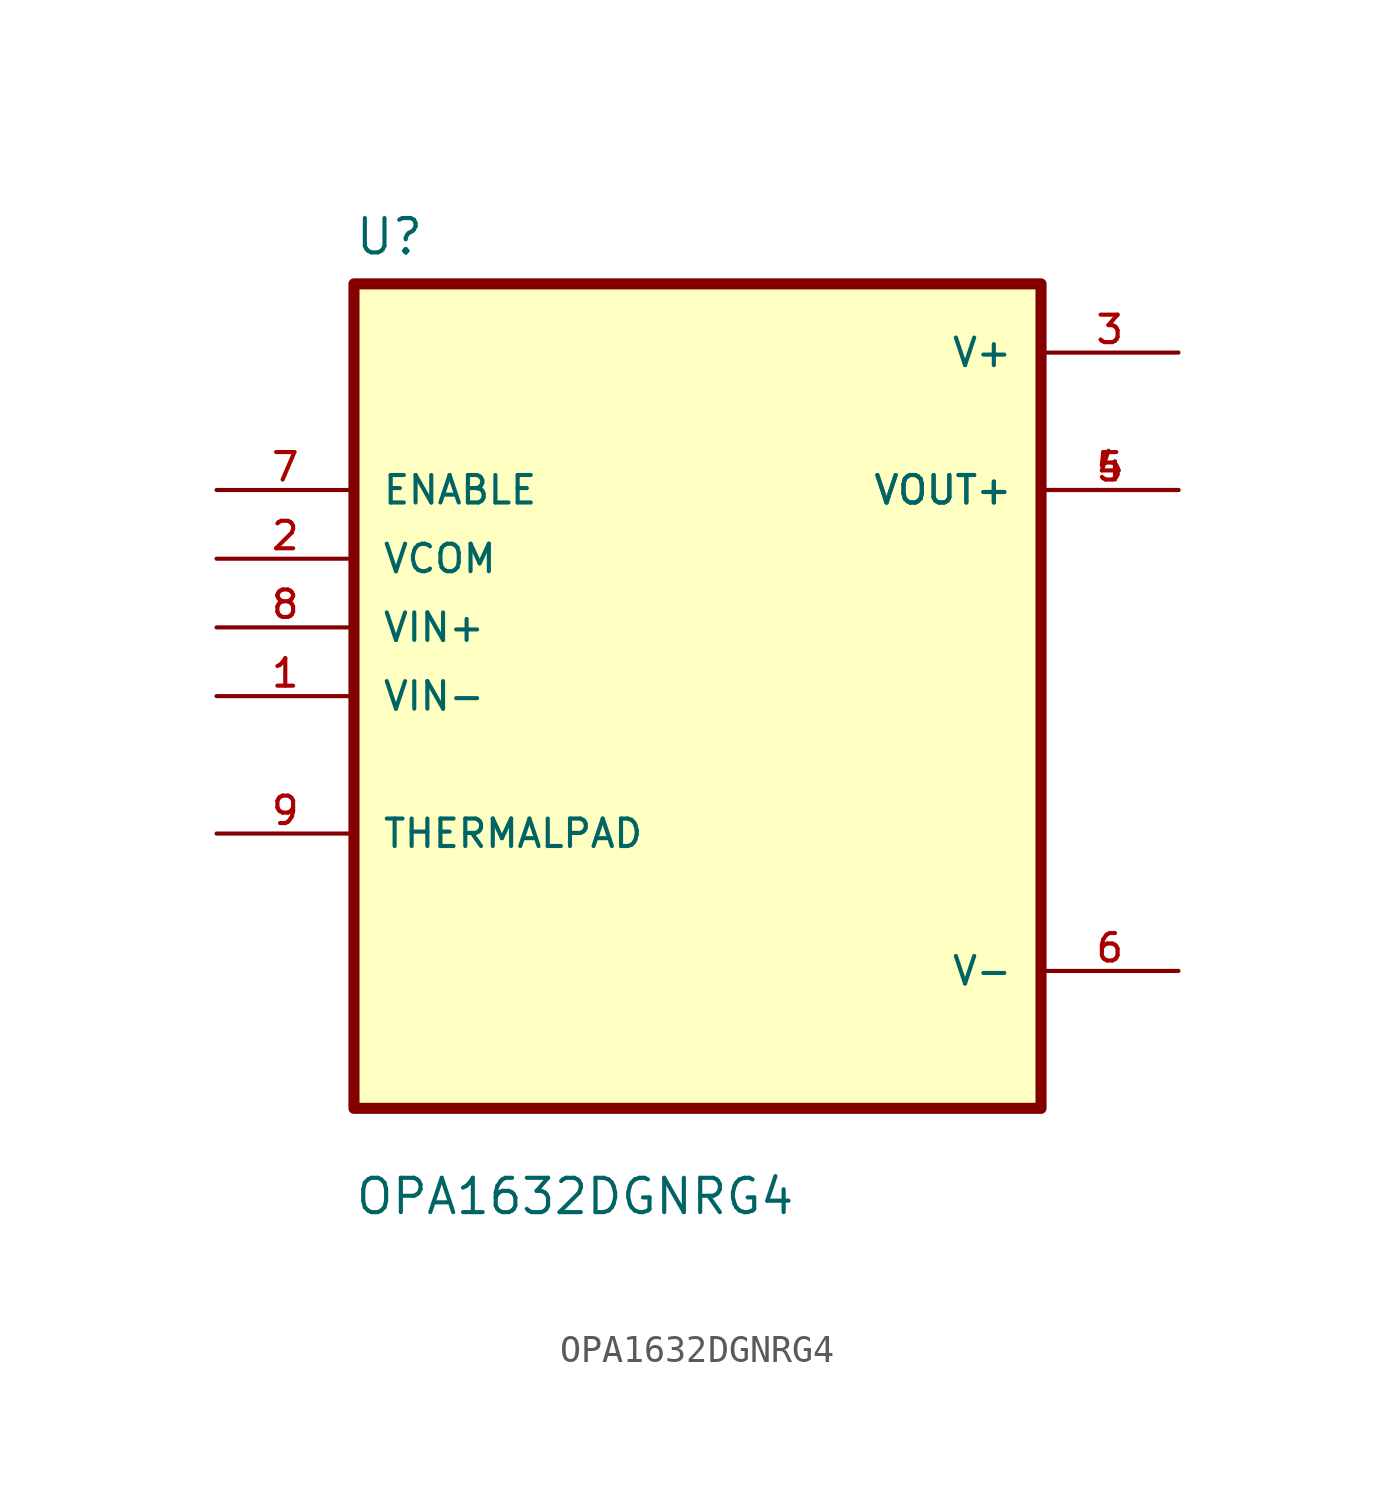
<source format=kicad_sym>
(kicad_symbol_lib
  (version 20211014)
  (generator kicad_symbol_editor)
  (symbol "OPA1632DGNRG4"
    (pin_names
      (offset 1.016))
    (property "Reference" "U"
      (at -12.7 16.24 0.0)
      (effects (font (size 1.27 1.27)) (justify bottom left)))
    (property "Value" "OPA1632DGNRG4"
      (at -12.7 -19.24 0.0)
      (effects (font (size 1.27 1.27)) (justify bottom left)))
    (symbol "OPA1632DGNRG4_0_0"
      (rectangle (start -12.7 -15.24) (end 12.7 15.24) (stroke (width 0.41)) (fill (type background)))
      (pin input line (at -17.78 7.62 0) (length 5.08) (name "ENABLE" (effects (font (size 1.016 1.016)))) (number "7" (effects (font (size 1.016 1.016)))))
      (pin input line (at -17.78 5.08 0) (length 5.08) (name "VCOM" (effects (font (size 1.016 1.016)))) (number "2" (effects (font (size 1.016 1.016)))))
      (pin input line (at -17.78 2.54 0) (length 5.08) (name "VIN+" (effects (font (size 1.016 1.016)))) (number "8" (effects (font (size 1.016 1.016)))))
      (pin input line (at -17.78 0.0 0) (length 5.08) (name "VIN-" (effects (font (size 1.016 1.016)))) (number "1" (effects (font (size 1.016 1.016)))))
      (pin bidirectional line (at -17.78 -5.08 0) (length 5.08) (name "THERMALPAD" (effects (font (size 1.016 1.016)))) (number "9" (effects (font (size 1.016 1.016)))))
      (pin power_in line (at 17.78 12.7 180.0) (length 5.08) (name "V+" (effects (font (size 1.016 1.016)))) (number "3" (effects (font (size 1.016 1.016)))))
      (pin output line (at 17.78 7.62 180.0) (length 5.08) (name "VOUT+" (effects (font (size 1.016 1.016)))) (number "4" (effects (font (size 1.016 1.016)))))
      (pin output line (at 17.78 7.62 180.0) (length 5.08) (name "VOUT+" (effects (font (size 1.016 1.016)))) (number "5" (effects (font (size 1.016 1.016)))))
      (pin power_in line (at 17.78 -10.16 180.0) (length 5.08) (name "V-" (effects (font (size 1.016 1.016)))) (number "6" (effects (font (size 1.016 1.016))))))))
</source>
